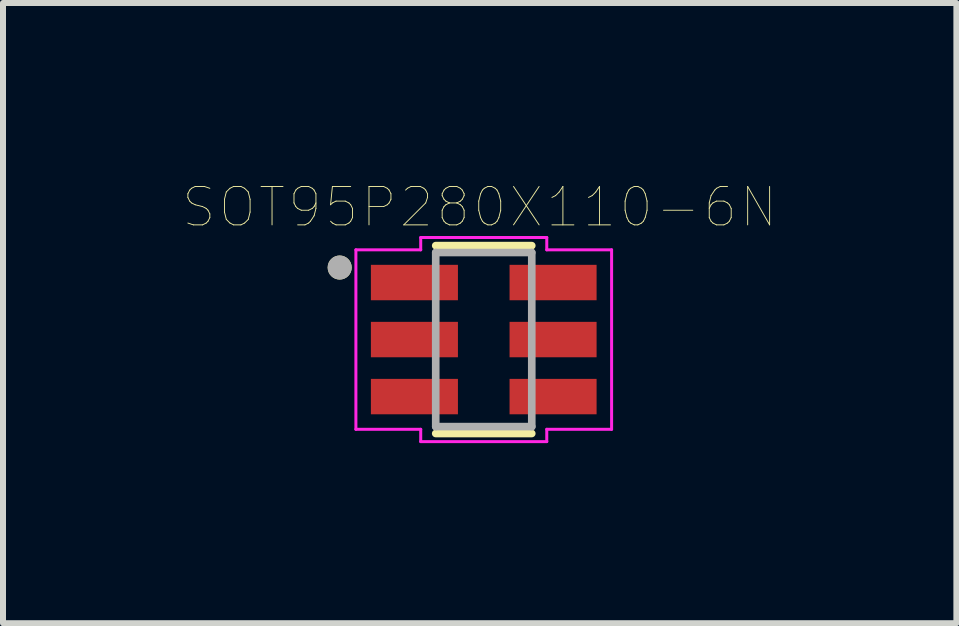
<source format=kicad_pcb>
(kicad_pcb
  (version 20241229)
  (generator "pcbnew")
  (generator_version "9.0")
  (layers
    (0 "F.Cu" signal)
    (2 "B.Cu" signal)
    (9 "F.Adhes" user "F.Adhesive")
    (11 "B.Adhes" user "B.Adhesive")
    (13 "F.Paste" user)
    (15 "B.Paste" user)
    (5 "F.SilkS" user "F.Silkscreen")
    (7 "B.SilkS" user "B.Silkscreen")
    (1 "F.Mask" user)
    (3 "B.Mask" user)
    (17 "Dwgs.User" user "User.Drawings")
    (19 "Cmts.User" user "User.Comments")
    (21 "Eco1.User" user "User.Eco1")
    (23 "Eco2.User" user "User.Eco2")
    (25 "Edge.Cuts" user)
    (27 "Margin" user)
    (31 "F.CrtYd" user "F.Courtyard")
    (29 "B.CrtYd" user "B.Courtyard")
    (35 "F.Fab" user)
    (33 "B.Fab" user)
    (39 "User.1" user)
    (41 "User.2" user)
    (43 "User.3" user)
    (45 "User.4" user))
  (footprint "SOT95P280X110-6N"
    (layer "F.Cu")
    (at 5.009 2.607)
    (property "Reference" "SOT95P280X110-6N" (at -0.068 -2.206 0) (layer "F.SilkS") (effects (font (size 0.64 0.64) (thickness 0.015))))
    (attr through_hole)
    (fp_line (start -0.8 -1.565) (end 0.8 -1.565) (stroke (width 0.127) (type solid)) (layer "F.SilkS"))
    (fp_line (start -0.8 1.565) (end 0.8 1.565) (stroke (width 0.127) (type solid)) (layer "F.SilkS"))
    (fp_circle (center -2.4 -1.2) (end -2.3 -1.2) (stroke (width 0.2) (type solid)) (fill no) (layer "F.SilkS"))
    (fp_line (start -2.13 -1.495) (end -2.13 1.495) (stroke (width 0.05) (type solid)) (layer "F.CrtYd"))
    (fp_line (start -2.13 1.495) (end -1.05 1.495) (stroke (width 0.05) (type solid)) (layer "F.CrtYd"))
    (fp_line (start -1.05 -1.7) (end -1.05 -1.495) (stroke (width 0.05) (type solid)) (layer "F.CrtYd"))
    (fp_line (start -1.05 -1.495) (end -2.13 -1.495) (stroke (width 0.05) (type solid)) (layer "F.CrtYd"))
    (fp_line (start -1.05 1.495) (end -1.05 1.7) (stroke (width 0.05) (type solid)) (layer "F.CrtYd"))
    (fp_line (start -1.05 1.7) (end 1.05 1.7) (stroke (width 0.05) (type solid)) (layer "F.CrtYd"))
    (fp_line (start 1.05 -1.7) (end -1.05 -1.7) (stroke (width 0.05) (type solid)) (layer "F.CrtYd"))
    (fp_line (start 1.05 -1.495) (end 1.05 -1.7) (stroke (width 0.05) (type solid)) (layer "F.CrtYd"))
    (fp_line (start 1.05 1.495) (end 2.13 1.495) (stroke (width 0.05) (type solid)) (layer "F.CrtYd"))
    (fp_line (start 1.05 1.7) (end 1.05 1.495) (stroke (width 0.05) (type solid)) (layer "F.CrtYd"))
    (fp_line (start 2.13 -1.495) (end 1.05 -1.495) (stroke (width 0.05) (type solid)) (layer "F.CrtYd"))
    (fp_line (start 2.13 1.495) (end 2.13 -1.495) (stroke (width 0.05) (type solid)) (layer "F.CrtYd"))
    (fp_line (start -0.8 -1.45) (end -0.8 1.45) (stroke (width 0.127) (type solid)) (layer "F.Fab"))
    (fp_line (start -0.8 1.45) (end 0.8 1.45) (stroke (width 0.127) (type solid)) (layer "F.Fab"))
    (fp_line (start 0.8 -1.45) (end -0.8 -1.45) (stroke (width 0.127) (type solid)) (layer "F.Fab"))
    (fp_line (start 0.8 1.45) (end 0.8 -1.45) (stroke (width 0.127) (type solid)) (layer "F.Fab"))
    (fp_circle (center -2.4 -1.2) (end -2.3 -1.2) (stroke (width 0.2) (type solid)) (fill no) (layer "F.Fab"))
    (pad "1" smd rect (at -1.155 -0.95) (size 1.45 0.59) (layers "F.Cu" "F.Mask" "F.Paste"))
    (pad "2" smd rect (at -1.155 0) (size 1.45 0.59) (layers "F.Cu" "F.Mask" "F.Paste"))
    (pad "3" smd rect (at -1.155 0.95) (size 1.45 0.59) (layers "F.Cu" "F.Mask" "F.Paste"))
    (pad "4" smd rect (at 1.155 0.95) (size 1.45 0.59) (layers "F.Cu" "F.Mask" "F.Paste"))
    (pad "5" smd rect (at 1.155 0) (size 1.45 0.59) (layers "F.Cu" "F.Mask" "F.Paste"))
    (pad "6" smd rect (at 1.155 -0.95) (size 1.45 0.59) (layers "F.Cu" "F.Mask" "F.Paste")))
  (gr_rect
    (start -3 -3)
    (end 12.883 7.332)
    (stroke (width 0.1) (type default))
    (fill no)
    (layer "Edge.Cuts")))
</source>
